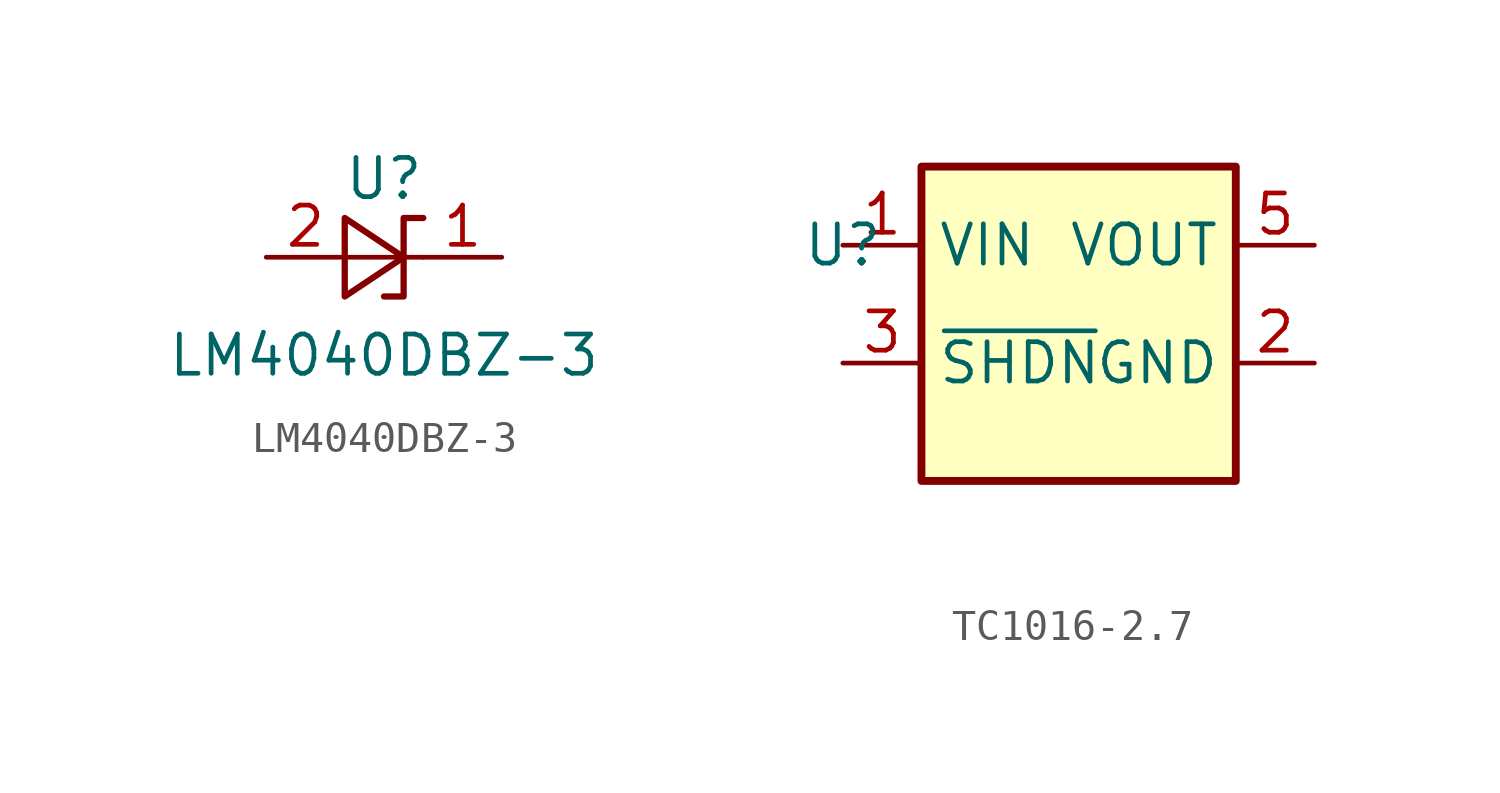
<source format=kicad_sym>
(kicad_symbol_lib
  (version 20220914)
  (generator kicad_symbol_editor)
  (symbol "LM4040DBZ-3"
    (pin_names
      (offset 0.025) hide)
    (property "Reference" "U"
      (at 0 2.54 0)
      (effects (font (size 1.27 1.27))))
    (property "Value" "LM4040DBZ-3"
      (at 0 -3.175 0)
      (effects (font (size 1.27 1.27))))
    (symbol "LM4040DBZ-3_0_1"
      (polyline (pts (xy -1.27 0) (xy 0 0) (xy 1.27 0)) (stroke (width 0) (type default)) (fill (type none)))
      (polyline (pts (xy -1.27 -1.27) (xy 0.635 0) (xy -1.27 1.27) (xy -1.27 -1.27)) (stroke (width 0.203) (type default)) (fill (type none)))
      (polyline (pts (xy 0 -1.27) (xy 0.635 -1.27) (xy 0.635 1.27) (xy 1.27 1.27)) (stroke (width 0.203) (type default)) (fill (type none))))
    (symbol "LM4040DBZ-3_1_1"
      (pin passive line (at 3.81 0 180) (length 2.54) (name "K" (effects (font (size 1.27 1.27)))) (number "1" (effects (font (size 1.27 1.27)))))
      (pin passive line (at -3.81 0 0) (length 2.54) (name "A" (effects (font (size 1.27 1.27)))) (number "2" (effects (font (size 1.27 1.27)))))))
  (symbol "TC1016-2.7"
    (property "Reference" "U"
      (at 0 0 0)
      (effects (font (size 1.27 1.27))))
    (property "Value" ""
      (at 0 0 0)
      (effects (font (size 1.27 1.27))))
    (symbol "TC1016-2.7_0_1"
      (rectangle (start 2.54 2.54) (end 12.7 -7.62) (stroke (width 0.254) (type default)) (fill (type background))))
    (symbol "TC1016-2.7_1_1"
      (pin power_in line (at 0 0 0) (length 2.54) (name "VIN" (effects (font (size 1.27 1.27)))) (number "1" (effects (font (size 1.27 1.27)))))
      (pin power_in line (at 15.24 -3.81 180) (length 2.54) (name "GND" (effects (font (size 1.27 1.27)))) (number "2" (effects (font (size 1.27 1.27)))))
      (pin input line (at 0 -3.81 0) (length 2.54) (name "~{SHDN}" (effects (font (size 1.27 1.27)))) (number "3" (effects (font (size 1.27 1.27)))))
      (pin no_connect line (at 7.62 -10.16 90) (length 2.54) hide (name "NC" (effects (font (size 1.27 1.27)))) (number "4" (effects (font (size 1.27 1.27)))))
      (pin power_out line (at 15.24 0 180) (length 2.54) (name "VOUT" (effects (font (size 1.27 1.27)))) (number "5" (effects (font (size 1.27 1.27))))))))
</source>
